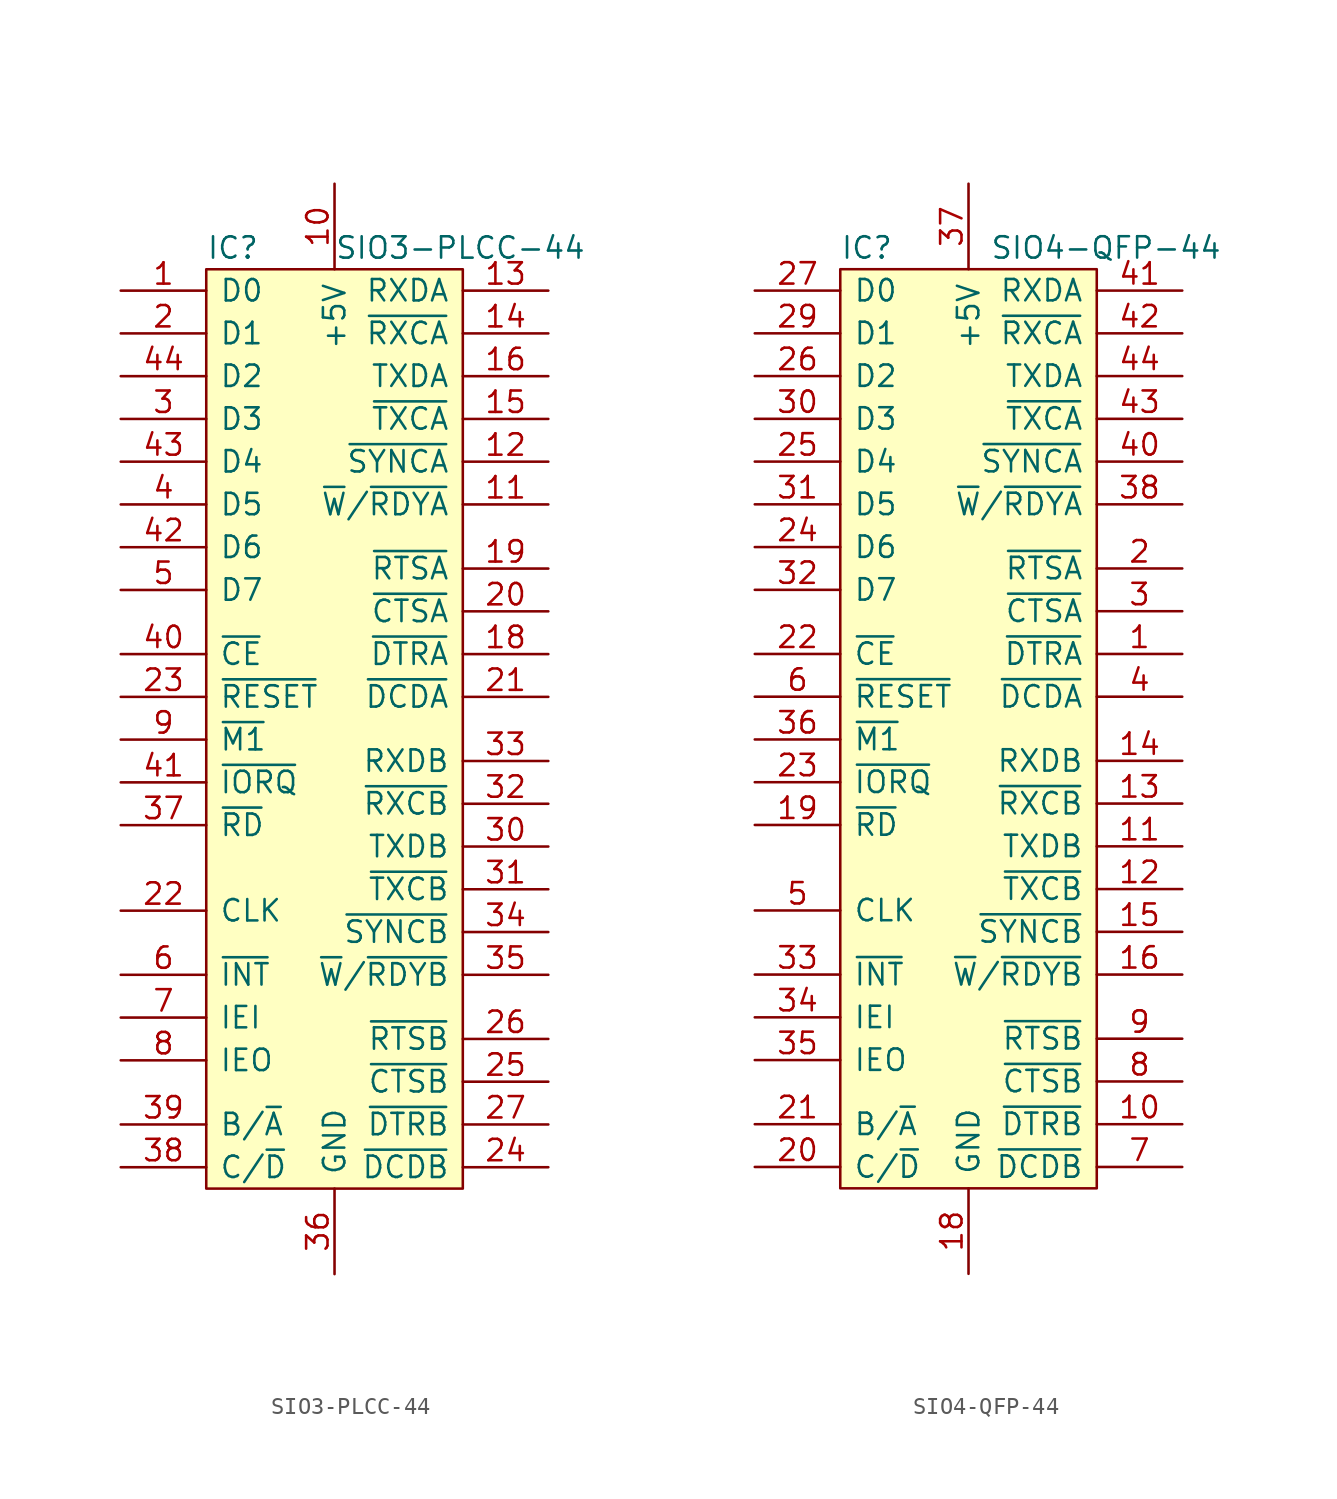
<source format=kicad_sym>
(kicad_symbol_lib
  (version 20211014)
  (generator kicad_symbol_editor)
  (symbol "SIO3-PLCC-44"
    (pin_names
      (offset 0.762))
    (property "Reference" "IC"
      (at 0 1.27 0)
      (effects (font (size 1.27 1.27)) (justify left)))
    (property "Value" "SIO3-PLCC-44"
      (at 7.62 1.27 0)
      (effects (font (size 1.27 1.27)) (justify left)))
    (symbol "SIO3-PLCC-44_0_0"
      (pin bidirectional line (at -5.08 -1.27 0) (length 5.08) (name "D0" (effects (font (size 1.27 1.27)))) (number "1" (effects (font (size 1.27 1.27)))))
      (pin power_in line (at 7.62 5.08 270) (length 5.08) (name "+5V" (effects (font (size 1.27 1.27)))) (number "10" (effects (font (size 1.27 1.27)))))
      (pin output line (at 20.32 -13.97 180) (length 5.08) (name "~{W}/~{RDYA}" (effects (font (size 1.27 1.27)))) (number "11" (effects (font (size 1.27 1.27)))))
      (pin bidirectional line (at 20.32 -11.43 180) (length 5.08) (name "~{SYNCA}" (effects (font (size 1.27 1.27)))) (number "12" (effects (font (size 1.27 1.27)))))
      (pin input line (at 20.32 -1.27 180) (length 5.08) (name "RXDA" (effects (font (size 1.27 1.27)))) (number "13" (effects (font (size 1.27 1.27)))))
      (pin input line (at 20.32 -3.81 180) (length 5.08) (name "~{RXCA}" (effects (font (size 1.27 1.27)))) (number "14" (effects (font (size 1.27 1.27)))))
      (pin output line (at 20.32 -8.89 180) (length 5.08) (name "~{TXCA}" (effects (font (size 1.27 1.27)))) (number "15" (effects (font (size 1.27 1.27)))))
      (pin output line (at 20.32 -6.35 180) (length 5.08) (name "TXDA" (effects (font (size 1.27 1.27)))) (number "16" (effects (font (size 1.27 1.27)))))
      (pin no_connect line (at 11.43 -21.59 0) (length 2.54) hide (name "NC" (effects (font (size 1.27 1.27)))) (number "17" (effects (font (size 1.27 1.27)))))
      (pin output line (at 20.32 -22.86 180) (length 5.08) (name "~{DTRA}" (effects (font (size 1.27 1.27)))) (number "18" (effects (font (size 1.27 1.27)))))
      (pin output line (at 20.32 -17.78 180) (length 5.08) (name "~{RTSA}" (effects (font (size 1.27 1.27)))) (number "19" (effects (font (size 1.27 1.27)))))
      (pin bidirectional line (at -5.08 -3.81 0) (length 5.08) (name "D1" (effects (font (size 1.27 1.27)))) (number "2" (effects (font (size 1.27 1.27)))))
      (pin input line (at 20.32 -20.32 180) (length 5.08) (name "~{CTSA}" (effects (font (size 1.27 1.27)))) (number "20" (effects (font (size 1.27 1.27)))))
      (pin input line (at 20.32 -25.4 180) (length 5.08) (name "~{DCDA}" (effects (font (size 1.27 1.27)))) (number "21" (effects (font (size 1.27 1.27)))))
      (pin input line (at -5.08 -38.1 0) (length 5.08) (name "CLK" (effects (font (size 1.27 1.27)))) (number "22" (effects (font (size 1.27 1.27)))))
      (pin input line (at -5.08 -25.4 0) (length 5.08) (name "~{RESET}" (effects (font (size 1.27 1.27)))) (number "23" (effects (font (size 1.27 1.27)))))
      (pin input line (at 20.32 -53.34 180) (length 5.08) (name "~{DCDB}" (effects (font (size 1.27 1.27)))) (number "24" (effects (font (size 1.27 1.27)))))
      (pin input line (at 20.32 -48.26 180) (length 5.08) (name "~{CTSB}" (effects (font (size 1.27 1.27)))) (number "25" (effects (font (size 1.27 1.27)))))
      (pin output line (at 20.32 -45.72 180) (length 5.08) (name "~{RTSB}" (effects (font (size 1.27 1.27)))) (number "26" (effects (font (size 1.27 1.27)))))
      (pin output line (at 20.32 -50.8 180) (length 5.08) (name "~{DTRB}" (effects (font (size 1.27 1.27)))) (number "27" (effects (font (size 1.27 1.27)))))
      (pin no_connect line (at 11.43 -16.51 0) (length 2.54) hide (name "NC" (effects (font (size 1.27 1.27)))) (number "28" (effects (font (size 1.27 1.27)))))
      (pin no_connect line (at 11.43 -19.05 0) (length 2.54) hide (name "NC" (effects (font (size 1.27 1.27)))) (number "29" (effects (font (size 1.27 1.27)))))
      (pin bidirectional line (at -5.08 -8.89 0) (length 5.08) (name "D3" (effects (font (size 1.27 1.27)))) (number "3" (effects (font (size 1.27 1.27)))))
      (pin output line (at 20.32 -34.29 180) (length 5.08) (name "TXDB" (effects (font (size 1.27 1.27)))) (number "30" (effects (font (size 1.27 1.27)))))
      (pin input line (at 20.32 -36.83 180) (length 5.08) (name "~{TXCB}" (effects (font (size 1.27 1.27)))) (number "31" (effects (font (size 1.27 1.27)))))
      (pin input line (at 20.32 -31.75 180) (length 5.08) (name "~{RXCB}" (effects (font (size 1.27 1.27)))) (number "32" (effects (font (size 1.27 1.27)))))
      (pin input line (at 20.32 -29.21 180) (length 5.08) (name "RXDB" (effects (font (size 1.27 1.27)))) (number "33" (effects (font (size 1.27 1.27)))))
      (pin bidirectional line (at 20.32 -39.37 180) (length 5.08) (name "~{SYNCB}" (effects (font (size 1.27 1.27)))) (number "34" (effects (font (size 1.27 1.27)))))
      (pin output line (at 20.32 -41.91 180) (length 5.08) (name "~{W}/~{RDYB}" (effects (font (size 1.27 1.27)))) (number "35" (effects (font (size 1.27 1.27)))))
      (pin power_in line (at 7.62 -59.69 90) (length 5.08) (name "GND" (effects (font (size 1.27 1.27)))) (number "36" (effects (font (size 1.27 1.27)))))
      (pin input line (at -5.08 -33.02 0) (length 5.08) (name "~{RD}" (effects (font (size 1.27 1.27)))) (number "37" (effects (font (size 1.27 1.27)))))
      (pin input line (at -5.08 -53.34 0) (length 5.08) (name "C/~{D}" (effects (font (size 1.27 1.27)))) (number "38" (effects (font (size 1.27 1.27)))))
      (pin input line (at -5.08 -50.8 0) (length 5.08) (name "B/~{A}" (effects (font (size 1.27 1.27)))) (number "39" (effects (font (size 1.27 1.27)))))
      (pin bidirectional line (at -5.08 -13.97 0) (length 5.08) (name "D5" (effects (font (size 1.27 1.27)))) (number "4" (effects (font (size 1.27 1.27)))))
      (pin input line (at -5.08 -22.86 0) (length 5.08) (name "~{CE}" (effects (font (size 1.27 1.27)))) (number "40" (effects (font (size 1.27 1.27)))))
      (pin input line (at -5.08 -30.48 0) (length 5.08) (name "~{IORQ}" (effects (font (size 1.27 1.27)))) (number "41" (effects (font (size 1.27 1.27)))))
      (pin bidirectional line (at -5.08 -16.51 0) (length 5.08) (name "D6" (effects (font (size 1.27 1.27)))) (number "42" (effects (font (size 1.27 1.27)))))
      (pin bidirectional line (at -5.08 -11.43 0) (length 5.08) (name "D4" (effects (font (size 1.27 1.27)))) (number "43" (effects (font (size 1.27 1.27)))))
      (pin bidirectional line (at -5.08 -6.35 0) (length 5.08) (name "D2" (effects (font (size 1.27 1.27)))) (number "44" (effects (font (size 1.27 1.27)))))
      (pin bidirectional line (at -5.08 -19.05 0) (length 5.08) (name "D7" (effects (font (size 1.27 1.27)))) (number "5" (effects (font (size 1.27 1.27)))))
      (pin open_collector line (at -5.08 -41.91 0) (length 5.08) (name "~{INT}" (effects (font (size 1.27 1.27)))) (number "6" (effects (font (size 1.27 1.27)))))
      (pin input line (at -5.08 -44.45 0) (length 5.08) (name "IEI" (effects (font (size 1.27 1.27)))) (number "7" (effects (font (size 1.27 1.27)))))
      (pin output line (at -5.08 -46.99 0) (length 5.08) (name "IEO" (effects (font (size 1.27 1.27)))) (number "8" (effects (font (size 1.27 1.27)))))
      (pin input line (at -5.08 -27.94 0) (length 5.08) (name "~{M1}" (effects (font (size 1.27 1.27)))) (number "9" (effects (font (size 1.27 1.27))))))
    (symbol "SIO3-PLCC-44_0_1"
      (rectangle (start 0 0) (end 15.24 -54.61) (stroke (width 0) (type default) (color 0 0 0 0)) (fill (type background)))))
  (symbol "SIO4-QFP-44"
    (pin_names
      (offset 0.762))
    (property "Reference" "IC"
      (at 0 1.27 0)
      (effects (font (size 1.27 1.27)) (justify left)))
    (property "Value" "SIO4-QFP-44"
      (at 8.89 1.27 0)
      (effects (font (size 1.27 1.27)) (justify left)))
    (symbol "SIO4-QFP-44_0_0"
      (pin output line (at 20.32 -22.86 180) (length 5.08) (name "~{DTRA}" (effects (font (size 1.27 1.27)))) (number "1" (effects (font (size 1.27 1.27)))))
      (pin output line (at 20.32 -50.8 180) (length 5.08) (name "~{DTRB}" (effects (font (size 1.27 1.27)))) (number "10" (effects (font (size 1.27 1.27)))))
      (pin output line (at 20.32 -34.29 180) (length 5.08) (name "TXDB" (effects (font (size 1.27 1.27)))) (number "11" (effects (font (size 1.27 1.27)))))
      (pin input line (at 20.32 -36.83 180) (length 5.08) (name "~{TXCB}" (effects (font (size 1.27 1.27)))) (number "12" (effects (font (size 1.27 1.27)))))
      (pin input line (at 20.32 -31.75 180) (length 5.08) (name "~{RXCB}" (effects (font (size 1.27 1.27)))) (number "13" (effects (font (size 1.27 1.27)))))
      (pin input line (at 20.32 -29.21 180) (length 5.08) (name "RXDB" (effects (font (size 1.27 1.27)))) (number "14" (effects (font (size 1.27 1.27)))))
      (pin bidirectional line (at 20.32 -39.37 180) (length 5.08) (name "~{SYNCB}" (effects (font (size 1.27 1.27)))) (number "15" (effects (font (size 1.27 1.27)))))
      (pin output line (at 20.32 -41.91 180) (length 5.08) (name "~{W}/~{RDYB}" (effects (font (size 1.27 1.27)))) (number "16" (effects (font (size 1.27 1.27)))))
      (pin no_connect line (at 11.43 -11.43 0) (length 2.54) hide (name "NC" (effects (font (size 1.27 1.27)))) (number "17" (effects (font (size 1.27 1.27)))))
      (pin power_in line (at 7.62 -59.69 90) (length 5.08) (name "GND" (effects (font (size 1.27 1.27)))) (number "18" (effects (font (size 1.27 1.27)))))
      (pin input line (at -5.08 -33.02 0) (length 5.08) (name "~{RD}" (effects (font (size 1.27 1.27)))) (number "19" (effects (font (size 1.27 1.27)))))
      (pin output line (at 20.32 -17.78 180) (length 5.08) (name "~{RTSA}" (effects (font (size 1.27 1.27)))) (number "2" (effects (font (size 1.27 1.27)))))
      (pin input line (at -5.08 -53.34 0) (length 5.08) (name "C/~{D}" (effects (font (size 1.27 1.27)))) (number "20" (effects (font (size 1.27 1.27)))))
      (pin input line (at -5.08 -50.8 0) (length 5.08) (name "B/~{A}" (effects (font (size 1.27 1.27)))) (number "21" (effects (font (size 1.27 1.27)))))
      (pin input line (at -5.08 -22.86 0) (length 5.08) (name "~{CE}" (effects (font (size 1.27 1.27)))) (number "22" (effects (font (size 1.27 1.27)))))
      (pin input line (at -5.08 -30.48 0) (length 5.08) (name "~{IORQ}" (effects (font (size 1.27 1.27)))) (number "23" (effects (font (size 1.27 1.27)))))
      (pin bidirectional line (at -5.08 -16.51 0) (length 5.08) (name "D6" (effects (font (size 1.27 1.27)))) (number "24" (effects (font (size 1.27 1.27)))))
      (pin bidirectional line (at -5.08 -11.43 0) (length 5.08) (name "D4" (effects (font (size 1.27 1.27)))) (number "25" (effects (font (size 1.27 1.27)))))
      (pin bidirectional line (at -5.08 -6.35 0) (length 5.08) (name "D2" (effects (font (size 1.27 1.27)))) (number "26" (effects (font (size 1.27 1.27)))))
      (pin bidirectional line (at -5.08 -1.27 0) (length 5.08) (name "D0" (effects (font (size 1.27 1.27)))) (number "27" (effects (font (size 1.27 1.27)))))
      (pin no_connect line (at 11.43 -13.97 0) (length 2.54) hide (name "NC" (effects (font (size 1.27 1.27)))) (number "28" (effects (font (size 1.27 1.27)))))
      (pin bidirectional line (at -5.08 -3.81 0) (length 5.08) (name "D1" (effects (font (size 1.27 1.27)))) (number "29" (effects (font (size 1.27 1.27)))))
      (pin input line (at 20.32 -20.32 180) (length 5.08) (name "~{CTSA}" (effects (font (size 1.27 1.27)))) (number "3" (effects (font (size 1.27 1.27)))))
      (pin bidirectional line (at -5.08 -8.89 0) (length 5.08) (name "D3" (effects (font (size 1.27 1.27)))) (number "30" (effects (font (size 1.27 1.27)))))
      (pin bidirectional line (at -5.08 -13.97 0) (length 5.08) (name "D5" (effects (font (size 1.27 1.27)))) (number "31" (effects (font (size 1.27 1.27)))))
      (pin bidirectional line (at -5.08 -19.05 0) (length 5.08) (name "D7" (effects (font (size 1.27 1.27)))) (number "32" (effects (font (size 1.27 1.27)))))
      (pin open_collector line (at -5.08 -41.91 0) (length 5.08) (name "~{INT}" (effects (font (size 1.27 1.27)))) (number "33" (effects (font (size 1.27 1.27)))))
      (pin input line (at -5.08 -44.45 0) (length 5.08) (name "IEI" (effects (font (size 1.27 1.27)))) (number "34" (effects (font (size 1.27 1.27)))))
      (pin output line (at -5.08 -46.99 0) (length 5.08) (name "IEO" (effects (font (size 1.27 1.27)))) (number "35" (effects (font (size 1.27 1.27)))))
      (pin input line (at -5.08 -27.94 0) (length 5.08) (name "~{M1}" (effects (font (size 1.27 1.27)))) (number "36" (effects (font (size 1.27 1.27)))))
      (pin power_in line (at 7.62 5.08 270) (length 5.08) (name "+5V" (effects (font (size 1.27 1.27)))) (number "37" (effects (font (size 1.27 1.27)))))
      (pin output line (at 20.32 -13.97 180) (length 5.08) (name "~{W}/~{RDYA}" (effects (font (size 1.27 1.27)))) (number "38" (effects (font (size 1.27 1.27)))))
      (pin no_connect line (at 11.43 -16.51 0) (length 2.54) hide (name "NC" (effects (font (size 1.27 1.27)))) (number "39" (effects (font (size 1.27 1.27)))))
      (pin input line (at 20.32 -25.4 180) (length 5.08) (name "~{DCDA}" (effects (font (size 1.27 1.27)))) (number "4" (effects (font (size 1.27 1.27)))))
      (pin bidirectional line (at 20.32 -11.43 180) (length 5.08) (name "~{SYNCA}" (effects (font (size 1.27 1.27)))) (number "40" (effects (font (size 1.27 1.27)))))
      (pin input line (at 20.32 -1.27 180) (length 5.08) (name "RXDA" (effects (font (size 1.27 1.27)))) (number "41" (effects (font (size 1.27 1.27)))))
      (pin input line (at 20.32 -3.81 180) (length 5.08) (name "~{RXCA}" (effects (font (size 1.27 1.27)))) (number "42" (effects (font (size 1.27 1.27)))))
      (pin output line (at 20.32 -8.89 180) (length 5.08) (name "~{TXCA}" (effects (font (size 1.27 1.27)))) (number "43" (effects (font (size 1.27 1.27)))))
      (pin output line (at 20.32 -6.35 180) (length 5.08) (name "TXDA" (effects (font (size 1.27 1.27)))) (number "44" (effects (font (size 1.27 1.27)))))
      (pin input line (at -5.08 -38.1 0) (length 5.08) (name "CLK" (effects (font (size 1.27 1.27)))) (number "5" (effects (font (size 1.27 1.27)))))
      (pin input line (at -5.08 -25.4 0) (length 5.08) (name "~{RESET}" (effects (font (size 1.27 1.27)))) (number "6" (effects (font (size 1.27 1.27)))))
      (pin input line (at 20.32 -53.34 180) (length 5.08) (name "~{DCDB}" (effects (font (size 1.27 1.27)))) (number "7" (effects (font (size 1.27 1.27)))))
      (pin input line (at 20.32 -48.26 180) (length 5.08) (name "~{CTSB}" (effects (font (size 1.27 1.27)))) (number "8" (effects (font (size 1.27 1.27)))))
      (pin output line (at 20.32 -45.72 180) (length 5.08) (name "~{RTSB}" (effects (font (size 1.27 1.27)))) (number "9" (effects (font (size 1.27 1.27))))))
    (symbol "SIO4-QFP-44_0_1"
      (rectangle (start 0 0) (end 15.24 -54.61) (stroke (width 0) (type default) (color 0 0 0 0)) (fill (type background))))))
</source>
